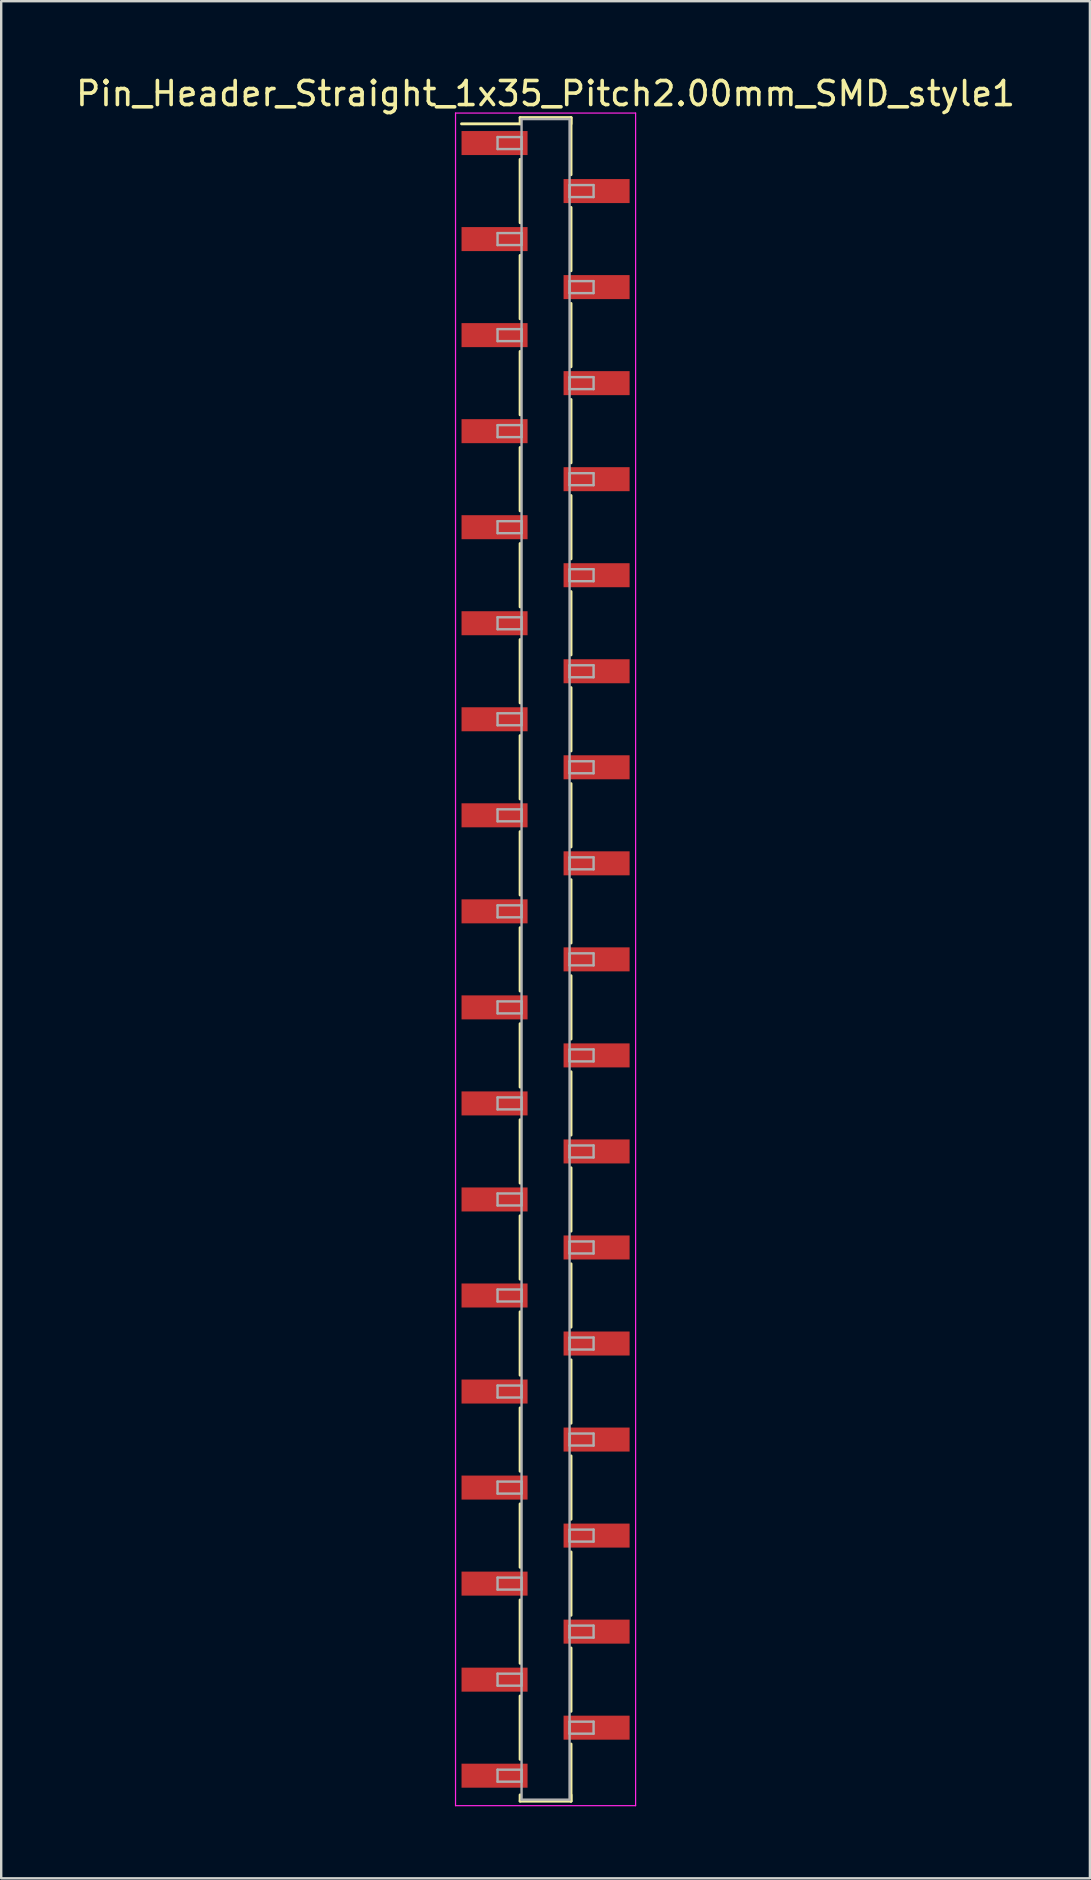
<source format=kicad_pcb>
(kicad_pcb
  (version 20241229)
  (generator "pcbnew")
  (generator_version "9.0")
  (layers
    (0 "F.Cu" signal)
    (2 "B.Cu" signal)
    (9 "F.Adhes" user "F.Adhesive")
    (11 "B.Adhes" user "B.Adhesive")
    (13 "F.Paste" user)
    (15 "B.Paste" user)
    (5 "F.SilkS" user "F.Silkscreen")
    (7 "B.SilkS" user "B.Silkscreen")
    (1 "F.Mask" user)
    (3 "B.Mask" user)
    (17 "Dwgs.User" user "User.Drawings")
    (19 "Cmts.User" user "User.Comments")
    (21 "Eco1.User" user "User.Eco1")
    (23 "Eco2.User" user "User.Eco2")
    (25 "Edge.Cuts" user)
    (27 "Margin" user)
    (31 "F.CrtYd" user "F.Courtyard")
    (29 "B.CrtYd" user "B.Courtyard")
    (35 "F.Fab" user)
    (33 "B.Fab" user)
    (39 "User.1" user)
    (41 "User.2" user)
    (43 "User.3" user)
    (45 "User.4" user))
  (footprint "Pin_Header_Straight_1x35_Pitch2.00mm_SMD_style1"
    (layer "F.Cu")
    (at 19.673 36.908)
    (property "Reference" "Pin_Header_Straight_1x35_Pitch2.00mm_SMD_style1" (at 0 -36.06 0) (layer "F.SilkS") (effects (font (size 1 1) (thickness 0.15))))
    (attr smd)
    (fp_line (start -1.06 -35.06) (end 1.06 -35.06) (stroke (width 0.12) (type solid)) (layer "F.SilkS"))
    (fp_line (start -1.06 -34.8) (end -3.5 -34.8) (stroke (width 0.12) (type solid)) (layer "F.SilkS"))
    (fp_line (start -1.06 -34.8) (end -1.06 -35.06) (stroke (width 0.12) (type solid)) (layer "F.SilkS"))
    (fp_line (start -1.06 -33.32) (end -1.06 -30.68) (stroke (width 0.12) (type solid)) (layer "F.SilkS"))
    (fp_line (start -1.06 -29.32) (end -1.06 -26.68) (stroke (width 0.12) (type solid)) (layer "F.SilkS"))
    (fp_line (start -1.06 -25.32) (end -1.06 -22.68) (stroke (width 0.12) (type solid)) (layer "F.SilkS"))
    (fp_line (start -1.06 -21.32) (end -1.06 -18.68) (stroke (width 0.12) (type solid)) (layer "F.SilkS"))
    (fp_line (start -1.06 -17.32) (end -1.06 -14.68) (stroke (width 0.12) (type solid)) (layer "F.SilkS"))
    (fp_line (start -1.06 -13.32) (end -1.06 -10.68) (stroke (width 0.12) (type solid)) (layer "F.SilkS"))
    (fp_line (start -1.06 -9.32) (end -1.06 -6.68) (stroke (width 0.12) (type solid)) (layer "F.SilkS"))
    (fp_line (start -1.06 -5.32) (end -1.06 -2.68) (stroke (width 0.12) (type solid)) (layer "F.SilkS"))
    (fp_line (start -1.06 -1.32) (end -1.06 1.32) (stroke (width 0.12) (type solid)) (layer "F.SilkS"))
    (fp_line (start -1.06 2.68) (end -1.06 5.32) (stroke (width 0.12) (type solid)) (layer "F.SilkS"))
    (fp_line (start -1.06 6.68) (end -1.06 9.32) (stroke (width 0.12) (type solid)) (layer "F.SilkS"))
    (fp_line (start -1.06 10.68) (end -1.06 13.32) (stroke (width 0.12) (type solid)) (layer "F.SilkS"))
    (fp_line (start -1.06 14.68) (end -1.06 17.32) (stroke (width 0.12) (type solid)) (layer "F.SilkS"))
    (fp_line (start -1.06 18.68) (end -1.06 21.32) (stroke (width 0.12) (type solid)) (layer "F.SilkS"))
    (fp_line (start -1.06 22.68) (end -1.06 25.32) (stroke (width 0.12) (type solid)) (layer "F.SilkS"))
    (fp_line (start -1.06 26.68) (end -1.06 29.32) (stroke (width 0.12) (type solid)) (layer "F.SilkS"))
    (fp_line (start -1.06 30.68) (end -1.06 33.32) (stroke (width 0.12) (type solid)) (layer "F.SilkS"))
    (fp_line (start -1.06 34.8) (end -1.06 35.06) (stroke (width 0.12) (type solid)) (layer "F.SilkS"))
    (fp_line (start -1.06 35.06) (end 1.06 35.06) (stroke (width 0.12) (type solid)) (layer "F.SilkS"))
    (fp_line (start 1.06 -35.06) (end 1.06 -34.8) (stroke (width 0.12) (type solid)) (layer "F.SilkS"))
    (fp_line (start 1.06 -35.06) (end 1.06 -32.68) (stroke (width 0.12) (type solid)) (layer "F.SilkS"))
    (fp_line (start 1.06 -31.32) (end 1.06 -28.68) (stroke (width 0.12) (type solid)) (layer "F.SilkS"))
    (fp_line (start 1.06 -27.32) (end 1.06 -24.68) (stroke (width 0.12) (type solid)) (layer "F.SilkS"))
    (fp_line (start 1.06 -23.32) (end 1.06 -20.68) (stroke (width 0.12) (type solid)) (layer "F.SilkS"))
    (fp_line (start 1.06 -19.32) (end 1.06 -16.68) (stroke (width 0.12) (type solid)) (layer "F.SilkS"))
    (fp_line (start 1.06 -15.32) (end 1.06 -12.68) (stroke (width 0.12) (type solid)) (layer "F.SilkS"))
    (fp_line (start 1.06 -11.32) (end 1.06 -8.68) (stroke (width 0.12) (type solid)) (layer "F.SilkS"))
    (fp_line (start 1.06 -7.32) (end 1.06 -4.68) (stroke (width 0.12) (type solid)) (layer "F.SilkS"))
    (fp_line (start 1.06 -3.32) (end 1.06 -0.68) (stroke (width 0.12) (type solid)) (layer "F.SilkS"))
    (fp_line (start 1.06 0.68) (end 1.06 3.32) (stroke (width 0.12) (type solid)) (layer "F.SilkS"))
    (fp_line (start 1.06 4.68) (end 1.06 7.32) (stroke (width 0.12) (type solid)) (layer "F.SilkS"))
    (fp_line (start 1.06 8.68) (end 1.06 11.32) (stroke (width 0.12) (type solid)) (layer "F.SilkS"))
    (fp_line (start 1.06 12.68) (end 1.06 15.32) (stroke (width 0.12) (type solid)) (layer "F.SilkS"))
    (fp_line (start 1.06 16.68) (end 1.06 19.32) (stroke (width 0.12) (type solid)) (layer "F.SilkS"))
    (fp_line (start 1.06 20.68) (end 1.06 23.32) (stroke (width 0.12) (type solid)) (layer "F.SilkS"))
    (fp_line (start 1.06 24.68) (end 1.06 27.32) (stroke (width 0.12) (type solid)) (layer "F.SilkS"))
    (fp_line (start 1.06 28.68) (end 1.06 31.32) (stroke (width 0.12) (type solid)) (layer "F.SilkS"))
    (fp_line (start 1.06 32.68) (end 1.06 35.06) (stroke (width 0.12) (type solid)) (layer "F.SilkS"))
    (fp_line (start 1.06 35.06) (end 1.06 34.8) (stroke (width 0.12) (type solid)) (layer "F.SilkS"))
    (fp_line (start -3.75 -35.25) (end -3.75 35.25) (stroke (width 0.05) (type solid)) (layer "F.CrtYd"))
    (fp_line (start -3.75 35.25) (end 3.75 35.25) (stroke (width 0.05) (type solid)) (layer "F.CrtYd"))
    (fp_line (start 3.75 -35.25) (end -3.75 -35.25) (stroke (width 0.05) (type solid)) (layer "F.CrtYd"))
    (fp_line (start 3.75 35.25) (end 3.75 -35.25) (stroke (width 0.05) (type solid)) (layer "F.CrtYd"))
    (fp_line (start -2 -34.25) (end -1 -34.25) (stroke (width 0.1) (type solid)) (layer "F.Fab"))
    (fp_line (start -2 -33.75) (end -2 -34.25) (stroke (width 0.1) (type solid)) (layer "F.Fab"))
    (fp_line (start -2 -30.25) (end -1 -30.25) (stroke (width 0.1) (type solid)) (layer "F.Fab"))
    (fp_line (start -2 -29.75) (end -2 -30.25) (stroke (width 0.1) (type solid)) (layer "F.Fab"))
    (fp_line (start -2 -26.25) (end -1 -26.25) (stroke (width 0.1) (type solid)) (layer "F.Fab"))
    (fp_line (start -2 -25.75) (end -2 -26.25) (stroke (width 0.1) (type solid)) (layer "F.Fab"))
    (fp_line (start -2 -22.25) (end -1 -22.25) (stroke (width 0.1) (type solid)) (layer "F.Fab"))
    (fp_line (start -2 -21.75) (end -2 -22.25) (stroke (width 0.1) (type solid)) (layer "F.Fab"))
    (fp_line (start -2 -18.25) (end -1 -18.25) (stroke (width 0.1) (type solid)) (layer "F.Fab"))
    (fp_line (start -2 -17.75) (end -2 -18.25) (stroke (width 0.1) (type solid)) (layer "F.Fab"))
    (fp_line (start -2 -14.25) (end -1 -14.25) (stroke (width 0.1) (type solid)) (layer "F.Fab"))
    (fp_line (start -2 -13.75) (end -2 -14.25) (stroke (width 0.1) (type solid)) (layer "F.Fab"))
    (fp_line (start -2 -10.25) (end -1 -10.25) (stroke (width 0.1) (type solid)) (layer "F.Fab"))
    (fp_line (start -2 -9.75) (end -2 -10.25) (stroke (width 0.1) (type solid)) (layer "F.Fab"))
    (fp_line (start -2 -6.25) (end -1 -6.25) (stroke (width 0.1) (type solid)) (layer "F.Fab"))
    (fp_line (start -2 -5.75) (end -2 -6.25) (stroke (width 0.1) (type solid)) (layer "F.Fab"))
    (fp_line (start -2 -2.25) (end -1 -2.25) (stroke (width 0.1) (type solid)) (layer "F.Fab"))
    (fp_line (start -2 -1.75) (end -2 -2.25) (stroke (width 0.1) (type solid)) (layer "F.Fab"))
    (fp_line (start -2 1.75) (end -1 1.75) (stroke (width 0.1) (type solid)) (layer "F.Fab"))
    (fp_line (start -2 2.25) (end -2 1.75) (stroke (width 0.1) (type solid)) (layer "F.Fab"))
    (fp_line (start -2 5.75) (end -1 5.75) (stroke (width 0.1) (type solid)) (layer "F.Fab"))
    (fp_line (start -2 6.25) (end -2 5.75) (stroke (width 0.1) (type solid)) (layer "F.Fab"))
    (fp_line (start -2 9.75) (end -1 9.75) (stroke (width 0.1) (type solid)) (layer "F.Fab"))
    (fp_line (start -2 10.25) (end -2 9.75) (stroke (width 0.1) (type solid)) (layer "F.Fab"))
    (fp_line (start -2 13.75) (end -1 13.75) (stroke (width 0.1) (type solid)) (layer "F.Fab"))
    (fp_line (start -2 14.25) (end -2 13.75) (stroke (width 0.1) (type solid)) (layer "F.Fab"))
    (fp_line (start -2 17.75) (end -1 17.75) (stroke (width 0.1) (type solid)) (layer "F.Fab"))
    (fp_line (start -2 18.25) (end -2 17.75) (stroke (width 0.1) (type solid)) (layer "F.Fab"))
    (fp_line (start -2 21.75) (end -1 21.75) (stroke (width 0.1) (type solid)) (layer "F.Fab"))
    (fp_line (start -2 22.25) (end -2 21.75) (stroke (width 0.1) (type solid)) (layer "F.Fab"))
    (fp_line (start -2 25.75) (end -1 25.75) (stroke (width 0.1) (type solid)) (layer "F.Fab"))
    (fp_line (start -2 26.25) (end -2 25.75) (stroke (width 0.1) (type solid)) (layer "F.Fab"))
    (fp_line (start -2 29.75) (end -1 29.75) (stroke (width 0.1) (type solid)) (layer "F.Fab"))
    (fp_line (start -2 30.25) (end -2 29.75) (stroke (width 0.1) (type solid)) (layer "F.Fab"))
    (fp_line (start -2 33.75) (end -1 33.75) (stroke (width 0.1) (type solid)) (layer "F.Fab"))
    (fp_line (start -2 34.25) (end -2 33.75) (stroke (width 0.1) (type solid)) (layer "F.Fab"))
    (fp_line (start -1 -35) (end -1 35) (stroke (width 0.1) (type solid)) (layer "F.Fab"))
    (fp_line (start -1 -34.25) (end -1 -33.75) (stroke (width 0.1) (type solid)) (layer "F.Fab"))
    (fp_line (start -1 -33.75) (end -2 -33.75) (stroke (width 0.1) (type solid)) (layer "F.Fab"))
    (fp_line (start -1 -30.25) (end -1 -29.75) (stroke (width 0.1) (type solid)) (layer "F.Fab"))
    (fp_line (start -1 -29.75) (end -2 -29.75) (stroke (width 0.1) (type solid)) (layer "F.Fab"))
    (fp_line (start -1 -26.25) (end -1 -25.75) (stroke (width 0.1) (type solid)) (layer "F.Fab"))
    (fp_line (start -1 -25.75) (end -2 -25.75) (stroke (width 0.1) (type solid)) (layer "F.Fab"))
    (fp_line (start -1 -22.25) (end -1 -21.75) (stroke (width 0.1) (type solid)) (layer "F.Fab"))
    (fp_line (start -1 -21.75) (end -2 -21.75) (stroke (width 0.1) (type solid)) (layer "F.Fab"))
    (fp_line (start -1 -18.25) (end -1 -17.75) (stroke (width 0.1) (type solid)) (layer "F.Fab"))
    (fp_line (start -1 -17.75) (end -2 -17.75) (stroke (width 0.1) (type solid)) (layer "F.Fab"))
    (fp_line (start -1 -14.25) (end -1 -13.75) (stroke (width 0.1) (type solid)) (layer "F.Fab"))
    (fp_line (start -1 -13.75) (end -2 -13.75) (stroke (width 0.1) (type solid)) (layer "F.Fab"))
    (fp_line (start -1 -10.25) (end -1 -9.75) (stroke (width 0.1) (type solid)) (layer "F.Fab"))
    (fp_line (start -1 -9.75) (end -2 -9.75) (stroke (width 0.1) (type solid)) (layer "F.Fab"))
    (fp_line (start -1 -6.25) (end -1 -5.75) (stroke (width 0.1) (type solid)) (layer "F.Fab"))
    (fp_line (start -1 -5.75) (end -2 -5.75) (stroke (width 0.1) (type solid)) (layer "F.Fab"))
    (fp_line (start -1 -2.25) (end -1 -1.75) (stroke (width 0.1) (type solid)) (layer "F.Fab"))
    (fp_line (start -1 -1.75) (end -2 -1.75) (stroke (width 0.1) (type solid)) (layer "F.Fab"))
    (fp_line (start -1 1.75) (end -1 2.25) (stroke (width 0.1) (type solid)) (layer "F.Fab"))
    (fp_line (start -1 2.25) (end -2 2.25) (stroke (width 0.1) (type solid)) (layer "F.Fab"))
    (fp_line (start -1 5.75) (end -1 6.25) (stroke (width 0.1) (type solid)) (layer "F.Fab"))
    (fp_line (start -1 6.25) (end -2 6.25) (stroke (width 0.1) (type solid)) (layer "F.Fab"))
    (fp_line (start -1 9.75) (end -1 10.25) (stroke (width 0.1) (type solid)) (layer "F.Fab"))
    (fp_line (start -1 10.25) (end -2 10.25) (stroke (width 0.1) (type solid)) (layer "F.Fab"))
    (fp_line (start -1 13.75) (end -1 14.25) (stroke (width 0.1) (type solid)) (layer "F.Fab"))
    (fp_line (start -1 14.25) (end -2 14.25) (stroke (width 0.1) (type solid)) (layer "F.Fab"))
    (fp_line (start -1 17.75) (end -1 18.25) (stroke (width 0.1) (type solid)) (layer "F.Fab"))
    (fp_line (start -1 18.25) (end -2 18.25) (stroke (width 0.1) (type solid)) (layer "F.Fab"))
    (fp_line (start -1 21.75) (end -1 22.25) (stroke (width 0.1) (type solid)) (layer "F.Fab"))
    (fp_line (start -1 22.25) (end -2 22.25) (stroke (width 0.1) (type solid)) (layer "F.Fab"))
    (fp_line (start -1 25.75) (end -1 26.25) (stroke (width 0.1) (type solid)) (layer "F.Fab"))
    (fp_line (start -1 26.25) (end -2 26.25) (stroke (width 0.1) (type solid)) (layer "F.Fab"))
    (fp_line (start -1 29.75) (end -1 30.25) (stroke (width 0.1) (type solid)) (layer "F.Fab"))
    (fp_line (start -1 30.25) (end -2 30.25) (stroke (width 0.1) (type solid)) (layer "F.Fab"))
    (fp_line (start -1 33.75) (end -1 34.25) (stroke (width 0.1) (type solid)) (layer "F.Fab"))
    (fp_line (start -1 34.25) (end -2 34.25) (stroke (width 0.1) (type solid)) (layer "F.Fab"))
    (fp_line (start -1 35) (end 1 35) (stroke (width 0.1) (type solid)) (layer "F.Fab"))
    (fp_line (start 1 -35) (end -1 -35) (stroke (width 0.1) (type solid)) (layer "F.Fab"))
    (fp_line (start 1 -32.25) (end 1 -31.75) (stroke (width 0.1) (type solid)) (layer "F.Fab"))
    (fp_line (start 1 -31.75) (end 2 -31.75) (stroke (width 0.1) (type solid)) (layer "F.Fab"))
    (fp_line (start 1 -28.25) (end 1 -27.75) (stroke (width 0.1) (type solid)) (layer "F.Fab"))
    (fp_line (start 1 -27.75) (end 2 -27.75) (stroke (width 0.1) (type solid)) (layer "F.Fab"))
    (fp_line (start 1 -24.25) (end 1 -23.75) (stroke (width 0.1) (type solid)) (layer "F.Fab"))
    (fp_line (start 1 -23.75) (end 2 -23.75) (stroke (width 0.1) (type solid)) (layer "F.Fab"))
    (fp_line (start 1 -20.25) (end 1 -19.75) (stroke (width 0.1) (type solid)) (layer "F.Fab"))
    (fp_line (start 1 -19.75) (end 2 -19.75) (stroke (width 0.1) (type solid)) (layer "F.Fab"))
    (fp_line (start 1 -16.25) (end 1 -15.75) (stroke (width 0.1) (type solid)) (layer "F.Fab"))
    (fp_line (start 1 -15.75) (end 2 -15.75) (stroke (width 0.1) (type solid)) (layer "F.Fab"))
    (fp_line (start 1 -12.25) (end 1 -11.75) (stroke (width 0.1) (type solid)) (layer "F.Fab"))
    (fp_line (start 1 -11.75) (end 2 -11.75) (stroke (width 0.1) (type solid)) (layer "F.Fab"))
    (fp_line (start 1 -8.25) (end 1 -7.75) (stroke (width 0.1) (type solid)) (layer "F.Fab"))
    (fp_line (start 1 -7.75) (end 2 -7.75) (stroke (width 0.1) (type solid)) (layer "F.Fab"))
    (fp_line (start 1 -4.25) (end 1 -3.75) (stroke (width 0.1) (type solid)) (layer "F.Fab"))
    (fp_line (start 1 -3.75) (end 2 -3.75) (stroke (width 0.1) (type solid)) (layer "F.Fab"))
    (fp_line (start 1 -0.25) (end 1 0.25) (stroke (width 0.1) (type solid)) (layer "F.Fab"))
    (fp_line (start 1 0.25) (end 2 0.25) (stroke (width 0.1) (type solid)) (layer "F.Fab"))
    (fp_line (start 1 3.75) (end 1 4.25) (stroke (width 0.1) (type solid)) (layer "F.Fab"))
    (fp_line (start 1 4.25) (end 2 4.25) (stroke (width 0.1) (type solid)) (layer "F.Fab"))
    (fp_line (start 1 7.75) (end 1 8.25) (stroke (width 0.1) (type solid)) (layer "F.Fab"))
    (fp_line (start 1 8.25) (end 2 8.25) (stroke (width 0.1) (type solid)) (layer "F.Fab"))
    (fp_line (start 1 11.75) (end 1 12.25) (stroke (width 0.1) (type solid)) (layer "F.Fab"))
    (fp_line (start 1 12.25) (end 2 12.25) (stroke (width 0.1) (type solid)) (layer "F.Fab"))
    (fp_line (start 1 15.75) (end 1 16.25) (stroke (width 0.1) (type solid)) (layer "F.Fab"))
    (fp_line (start 1 16.25) (end 2 16.25) (stroke (width 0.1) (type solid)) (layer "F.Fab"))
    (fp_line (start 1 19.75) (end 1 20.25) (stroke (width 0.1) (type solid)) (layer "F.Fab"))
    (fp_line (start 1 20.25) (end 2 20.25) (stroke (width 0.1) (type solid)) (layer "F.Fab"))
    (fp_line (start 1 23.75) (end 1 24.25) (stroke (width 0.1) (type solid)) (layer "F.Fab"))
    (fp_line (start 1 24.25) (end 2 24.25) (stroke (width 0.1) (type solid)) (layer "F.Fab"))
    (fp_line (start 1 27.75) (end 1 28.25) (stroke (width 0.1) (type solid)) (layer "F.Fab"))
    (fp_line (start 1 28.25) (end 2 28.25) (stroke (width 0.1) (type solid)) (layer "F.Fab"))
    (fp_line (start 1 31.75) (end 1 32.25) (stroke (width 0.1) (type solid)) (layer "F.Fab"))
    (fp_line (start 1 32.25) (end 2 32.25) (stroke (width 0.1) (type solid)) (layer "F.Fab"))
    (fp_line (start 1 35) (end 1 -35) (stroke (width 0.1) (type solid)) (layer "F.Fab"))
    (fp_line (start 2 -32.25) (end 1 -32.25) (stroke (width 0.1) (type solid)) (layer "F.Fab"))
    (fp_line (start 2 -31.75) (end 2 -32.25) (stroke (width 0.1) (type solid)) (layer "F.Fab"))
    (fp_line (start 2 -28.25) (end 1 -28.25) (stroke (width 0.1) (type solid)) (layer "F.Fab"))
    (fp_line (start 2 -27.75) (end 2 -28.25) (stroke (width 0.1) (type solid)) (layer "F.Fab"))
    (fp_line (start 2 -24.25) (end 1 -24.25) (stroke (width 0.1) (type solid)) (layer "F.Fab"))
    (fp_line (start 2 -23.75) (end 2 -24.25) (stroke (width 0.1) (type solid)) (layer "F.Fab"))
    (fp_line (start 2 -20.25) (end 1 -20.25) (stroke (width 0.1) (type solid)) (layer "F.Fab"))
    (fp_line (start 2 -19.75) (end 2 -20.25) (stroke (width 0.1) (type solid)) (layer "F.Fab"))
    (fp_line (start 2 -16.25) (end 1 -16.25) (stroke (width 0.1) (type solid)) (layer "F.Fab"))
    (fp_line (start 2 -15.75) (end 2 -16.25) (stroke (width 0.1) (type solid)) (layer "F.Fab"))
    (fp_line (start 2 -12.25) (end 1 -12.25) (stroke (width 0.1) (type solid)) (layer "F.Fab"))
    (fp_line (start 2 -11.75) (end 2 -12.25) (stroke (width 0.1) (type solid)) (layer "F.Fab"))
    (fp_line (start 2 -8.25) (end 1 -8.25) (stroke (width 0.1) (type solid)) (layer "F.Fab"))
    (fp_line (start 2 -7.75) (end 2 -8.25) (stroke (width 0.1) (type solid)) (layer "F.Fab"))
    (fp_line (start 2 -4.25) (end 1 -4.25) (stroke (width 0.1) (type solid)) (layer "F.Fab"))
    (fp_line (start 2 -3.75) (end 2 -4.25) (stroke (width 0.1) (type solid)) (layer "F.Fab"))
    (fp_line (start 2 -0.25) (end 1 -0.25) (stroke (width 0.1) (type solid)) (layer "F.Fab"))
    (fp_line (start 2 0.25) (end 2 -0.25) (stroke (width 0.1) (type solid)) (layer "F.Fab"))
    (fp_line (start 2 3.75) (end 1 3.75) (stroke (width 0.1) (type solid)) (layer "F.Fab"))
    (fp_line (start 2 4.25) (end 2 3.75) (stroke (width 0.1) (type solid)) (layer "F.Fab"))
    (fp_line (start 2 7.75) (end 1 7.75) (stroke (width 0.1) (type solid)) (layer "F.Fab"))
    (fp_line (start 2 8.25) (end 2 7.75) (stroke (width 0.1) (type solid)) (layer "F.Fab"))
    (fp_line (start 2 11.75) (end 1 11.75) (stroke (width 0.1) (type solid)) (layer "F.Fab"))
    (fp_line (start 2 12.25) (end 2 11.75) (stroke (width 0.1) (type solid)) (layer "F.Fab"))
    (fp_line (start 2 15.75) (end 1 15.75) (stroke (width 0.1) (type solid)) (layer "F.Fab"))
    (fp_line (start 2 16.25) (end 2 15.75) (stroke (width 0.1) (type solid)) (layer "F.Fab"))
    (fp_line (start 2 19.75) (end 1 19.75) (stroke (width 0.1) (type solid)) (layer "F.Fab"))
    (fp_line (start 2 20.25) (end 2 19.75) (stroke (width 0.1) (type solid)) (layer "F.Fab"))
    (fp_line (start 2 23.75) (end 1 23.75) (stroke (width 0.1) (type solid)) (layer "F.Fab"))
    (fp_line (start 2 24.25) (end 2 23.75) (stroke (width 0.1) (type solid)) (layer "F.Fab"))
    (fp_line (start 2 27.75) (end 1 27.75) (stroke (width 0.1) (type solid)) (layer "F.Fab"))
    (fp_line (start 2 28.25) (end 2 27.75) (stroke (width 0.1) (type solid)) (layer "F.Fab"))
    (fp_line (start 2 31.75) (end 1 31.75) (stroke (width 0.1) (type solid)) (layer "F.Fab"))
    (fp_line (start 2 32.25) (end 2 31.75) (stroke (width 0.1) (type solid)) (layer "F.Fab"))
    (pad "1" smd rect (at -2.125 -34) (size 2.75 1) (layers "F.Cu" "F.Mask"))
    (pad "2" smd rect (at 2.125 -32) (size 2.75 1) (layers "F.Cu" "F.Mask"))
    (pad "3" smd rect (at -2.125 -30) (size 2.75 1) (layers "F.Cu" "F.Mask"))
    (pad "4" smd rect (at 2.125 -28) (size 2.75 1) (layers "F.Cu" "F.Mask"))
    (pad "5" smd rect (at -2.125 -26) (size 2.75 1) (layers "F.Cu" "F.Mask"))
    (pad "6" smd rect (at 2.125 -24) (size 2.75 1) (layers "F.Cu" "F.Mask"))
    (pad "7" smd rect (at -2.125 -22) (size 2.75 1) (layers "F.Cu" "F.Mask"))
    (pad "8" smd rect (at 2.125 -20) (size 2.75 1) (layers "F.Cu" "F.Mask"))
    (pad "9" smd rect (at -2.125 -18) (size 2.75 1) (layers "F.Cu" "F.Mask"))
    (pad "10" smd rect (at 2.125 -16) (size 2.75 1) (layers "F.Cu" "F.Mask"))
    (pad "11" smd rect (at -2.125 -14) (size 2.75 1) (layers "F.Cu" "F.Mask"))
    (pad "12" smd rect (at 2.125 -12) (size 2.75 1) (layers "F.Cu" "F.Mask"))
    (pad "13" smd rect (at -2.125 -10) (size 2.75 1) (layers "F.Cu" "F.Mask"))
    (pad "14" smd rect (at 2.125 -8) (size 2.75 1) (layers "F.Cu" "F.Mask"))
    (pad "15" smd rect (at -2.125 -6) (size 2.75 1) (layers "F.Cu" "F.Mask"))
    (pad "16" smd rect (at 2.125 -4) (size 2.75 1) (layers "F.Cu" "F.Mask"))
    (pad "17" smd rect (at -2.125 -2) (size 2.75 1) (layers "F.Cu" "F.Mask"))
    (pad "18" smd rect (at 2.125 0) (size 2.75 1) (layers "F.Cu" "F.Mask"))
    (pad "19" smd rect (at -2.125 2) (size 2.75 1) (layers "F.Cu" "F.Mask"))
    (pad "20" smd rect (at 2.125 4) (size 2.75 1) (layers "F.Cu" "F.Mask"))
    (pad "21" smd rect (at -2.125 6) (size 2.75 1) (layers "F.Cu" "F.Mask"))
    (pad "22" smd rect (at 2.125 8) (size 2.75 1) (layers "F.Cu" "F.Mask"))
    (pad "23" smd rect (at -2.125 10) (size 2.75 1) (layers "F.Cu" "F.Mask"))
    (pad "24" smd rect (at 2.125 12) (size 2.75 1) (layers "F.Cu" "F.Mask"))
    (pad "25" smd rect (at -2.125 14) (size 2.75 1) (layers "F.Cu" "F.Mask"))
    (pad "26" smd rect (at 2.125 16) (size 2.75 1) (layers "F.Cu" "F.Mask"))
    (pad "27" smd rect (at -2.125 18) (size 2.75 1) (layers "F.Cu" "F.Mask"))
    (pad "28" smd rect (at 2.125 20) (size 2.75 1) (layers "F.Cu" "F.Mask"))
    (pad "29" smd rect (at -2.125 22) (size 2.75 1) (layers "F.Cu" "F.Mask"))
    (pad "30" smd rect (at 2.125 24) (size 2.75 1) (layers "F.Cu" "F.Mask"))
    (pad "31" smd rect (at -2.125 26) (size 2.75 1) (layers "F.Cu" "F.Mask"))
    (pad "32" smd rect (at 2.125 28) (size 2.75 1) (layers "F.Cu" "F.Mask"))
    (pad "33" smd rect (at -2.125 30) (size 2.75 1) (layers "F.Cu" "F.Mask"))
    (pad "34" smd rect (at 2.125 32) (size 2.75 1) (layers "F.Cu" "F.Mask"))
    (pad "35" smd rect (at -2.125 34) (size 2.75 1) (layers "F.Cu" "F.Mask")))
  (gr_rect
    (start -3 -3)
    (end 42.345 75.183)
    (stroke (width 0.1) (type default))
    (fill no)
    (layer "Edge.Cuts")))
</source>
